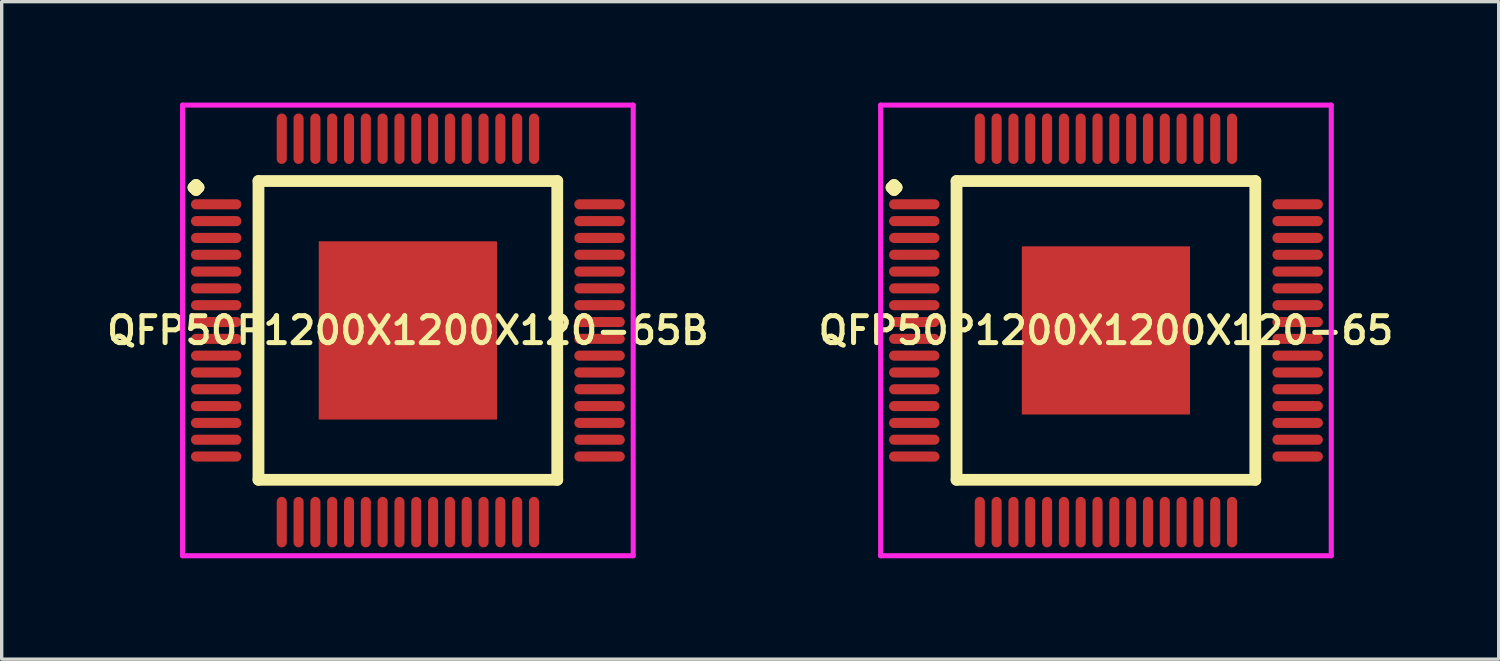
<source format=kicad_pcb>
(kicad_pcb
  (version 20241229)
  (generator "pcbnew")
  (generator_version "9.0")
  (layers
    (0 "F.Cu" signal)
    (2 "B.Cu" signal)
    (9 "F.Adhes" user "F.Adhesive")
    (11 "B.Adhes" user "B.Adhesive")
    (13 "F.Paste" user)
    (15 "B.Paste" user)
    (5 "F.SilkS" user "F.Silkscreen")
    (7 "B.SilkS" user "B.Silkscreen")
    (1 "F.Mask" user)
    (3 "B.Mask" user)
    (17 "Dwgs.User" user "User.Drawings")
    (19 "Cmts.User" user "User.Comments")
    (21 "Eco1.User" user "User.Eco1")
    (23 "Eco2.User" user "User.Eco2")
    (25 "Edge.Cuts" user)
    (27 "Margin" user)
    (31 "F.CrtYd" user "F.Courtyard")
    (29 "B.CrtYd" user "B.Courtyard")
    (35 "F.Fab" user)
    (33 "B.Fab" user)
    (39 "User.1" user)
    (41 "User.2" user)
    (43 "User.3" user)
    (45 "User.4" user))
  (footprint "QFP50P1200X1200X120-65"
    (layer "F.Cu")
    (at 29.835 6.775)
    (property "Reference" "QFP50P1200X1200X120-65" (at 0 0 0) (layer "F.SilkS") (effects (font (size 0.8 0.8) (thickness 0.15))))
    (attr smd)
    (fp_line (start -6.375 -4.25) (end -6.3 -4.325) (stroke (width 0.35) (type solid)) (layer "F.SilkS"))
    (fp_line (start -6.3 -4.325) (end -6.225 -4.25) (stroke (width 0.35) (type solid)) (layer "F.SilkS"))
    (fp_line (start -6.3 -4.175) (end -6.375 -4.25) (stroke (width 0.35) (type solid)) (layer "F.SilkS"))
    (fp_line (start -6.225 -4.25) (end -6.3 -4.175) (stroke (width 0.35) (type solid)) (layer "F.SilkS"))
    (fp_line (start -4.442 -4.442) (end -4.442 4.442) (stroke (width 0.35) (type solid)) (layer "F.SilkS"))
    (fp_line (start -4.442 4.442) (end 4.442 4.442) (stroke (width 0.35) (type solid)) (layer "F.SilkS"))
    (fp_line (start 4.442 -4.442) (end -4.442 -4.442) (stroke (width 0.35) (type solid)) (layer "F.SilkS"))
    (fp_line (start 4.442 4.442) (end 4.442 -4.442) (stroke (width 0.35) (type solid)) (layer "F.SilkS"))
    (fp_line (start -6.7 -6.7) (end 6.7 -6.7) (stroke (width 0.15) (type solid)) (layer "F.CrtYd"))
    (fp_line (start -6.7 6.7) (end -6.7 -6.7) (stroke (width 0.15) (type solid)) (layer "F.CrtYd"))
    (fp_line (start 6.7 -6.7) (end 6.7 6.7) (stroke (width 0.15) (type solid)) (layer "F.CrtYd"))
    (fp_line (start 6.7 6.7) (end -6.7 6.7) (stroke (width 0.15) (type solid)) (layer "F.CrtYd"))
    (pad "1" smd oval (at -5.7 -3.75) (size 1.5 0.3) (layers "F.Cu" "F.Mask" "F.Paste"))
    (pad "2" smd oval (at -5.7 -3.25) (size 1.5 0.3) (layers "F.Cu" "F.Mask" "F.Paste"))
    (pad "3" smd oval (at -5.7 -2.75) (size 1.5 0.3) (layers "F.Cu" "F.Mask" "F.Paste"))
    (pad "4" smd oval (at -5.7 -2.25) (size 1.5 0.3) (layers "F.Cu" "F.Mask" "F.Paste"))
    (pad "5" smd oval (at -5.7 -1.75) (size 1.5 0.3) (layers "F.Cu" "F.Mask" "F.Paste"))
    (pad "6" smd oval (at -5.7 -1.25) (size 1.5 0.3) (layers "F.Cu" "F.Mask" "F.Paste"))
    (pad "7" smd oval (at -5.7 -0.75) (size 1.5 0.3) (layers "F.Cu" "F.Mask" "F.Paste"))
    (pad "8" smd oval (at -5.7 -0.25) (size 1.5 0.3) (layers "F.Cu" "F.Mask" "F.Paste"))
    (pad "9" smd oval (at -5.7 0.25) (size 1.5 0.3) (layers "F.Cu" "F.Mask" "F.Paste"))
    (pad "10" smd oval (at -5.7 0.75) (size 1.5 0.3) (layers "F.Cu" "F.Mask" "F.Paste"))
    (pad "11" smd oval (at -5.7 1.25) (size 1.5 0.3) (layers "F.Cu" "F.Mask" "F.Paste"))
    (pad "12" smd oval (at -5.7 1.75) (size 1.5 0.3) (layers "F.Cu" "F.Mask" "F.Paste"))
    (pad "13" smd oval (at -5.7 2.25) (size 1.5 0.3) (layers "F.Cu" "F.Mask" "F.Paste"))
    (pad "14" smd oval (at -5.7 2.75) (size 1.5 0.3) (layers "F.Cu" "F.Mask" "F.Paste"))
    (pad "15" smd oval (at -5.7 3.25) (size 1.5 0.3) (layers "F.Cu" "F.Mask" "F.Paste"))
    (pad "16" smd oval (at -5.7 3.75) (size 1.5 0.3) (layers "F.Cu" "F.Mask" "F.Paste"))
    (pad "17" smd oval (at -3.75 5.7) (size 0.3 1.5) (layers "F.Cu" "F.Mask" "F.Paste"))
    (pad "18" smd oval (at -3.25 5.7) (size 0.3 1.5) (layers "F.Cu" "F.Mask" "F.Paste"))
    (pad "19" smd oval (at -2.75 5.7) (size 0.3 1.5) (layers "F.Cu" "F.Mask" "F.Paste"))
    (pad "20" smd oval (at -2.25 5.7) (size 0.3 1.5) (layers "F.Cu" "F.Mask" "F.Paste"))
    (pad "21" smd oval (at -1.75 5.7) (size 0.3 1.5) (layers "F.Cu" "F.Mask" "F.Paste"))
    (pad "22" smd oval (at -1.25 5.7) (size 0.3 1.5) (layers "F.Cu" "F.Mask" "F.Paste"))
    (pad "23" smd oval (at -0.75 5.7) (size 0.3 1.5) (layers "F.Cu" "F.Mask" "F.Paste"))
    (pad "24" smd oval (at -0.25 5.7) (size 0.3 1.5) (layers "F.Cu" "F.Mask" "F.Paste"))
    (pad "25" smd oval (at 0.25 5.7) (size 0.3 1.5) (layers "F.Cu" "F.Mask" "F.Paste"))
    (pad "26" smd oval (at 0.75 5.7) (size 0.3 1.5) (layers "F.Cu" "F.Mask" "F.Paste"))
    (pad "27" smd oval (at 1.25 5.7) (size 0.3 1.5) (layers "F.Cu" "F.Mask" "F.Paste"))
    (pad "28" smd oval (at 1.75 5.7) (size 0.3 1.5) (layers "F.Cu" "F.Mask" "F.Paste"))
    (pad "29" smd oval (at 2.25 5.7) (size 0.3 1.5) (layers "F.Cu" "F.Mask" "F.Paste"))
    (pad "30" smd oval (at 2.75 5.7) (size 0.3 1.5) (layers "F.Cu" "F.Mask" "F.Paste"))
    (pad "31" smd oval (at 3.25 5.7) (size 0.3 1.5) (layers "F.Cu" "F.Mask" "F.Paste"))
    (pad "32" smd oval (at 3.75 5.7) (size 0.3 1.5) (layers "F.Cu" "F.Mask" "F.Paste"))
    (pad "33" smd oval (at 5.7 3.75) (size 1.5 0.3) (layers "F.Cu" "F.Mask" "F.Paste"))
    (pad "34" smd oval (at 5.7 3.25) (size 1.5 0.3) (layers "F.Cu" "F.Mask" "F.Paste"))
    (pad "35" smd oval (at 5.7 2.75) (size 1.5 0.3) (layers "F.Cu" "F.Mask" "F.Paste"))
    (pad "36" smd oval (at 5.7 2.25) (size 1.5 0.3) (layers "F.Cu" "F.Mask" "F.Paste"))
    (pad "37" smd oval (at 5.7 1.75) (size 1.5 0.3) (layers "F.Cu" "F.Mask" "F.Paste"))
    (pad "38" smd oval (at 5.7 1.25) (size 1.5 0.3) (layers "F.Cu" "F.Mask" "F.Paste"))
    (pad "39" smd oval (at 5.7 0.75) (size 1.5 0.3) (layers "F.Cu" "F.Mask" "F.Paste"))
    (pad "40" smd oval (at 5.7 0.25) (size 1.5 0.3) (layers "F.Cu" "F.Mask" "F.Paste"))
    (pad "41" smd oval (at 5.7 -0.25) (size 1.5 0.3) (layers "F.Cu" "F.Mask" "F.Paste"))
    (pad "42" smd oval (at 5.7 -0.75) (size 1.5 0.3) (layers "F.Cu" "F.Mask" "F.Paste"))
    (pad "43" smd oval (at 5.7 -1.25) (size 1.5 0.3) (layers "F.Cu" "F.Mask" "F.Paste"))
    (pad "44" smd oval (at 5.7 -1.75) (size 1.5 0.3) (layers "F.Cu" "F.Mask" "F.Paste"))
    (pad "45" smd oval (at 5.7 -2.25) (size 1.5 0.3) (layers "F.Cu" "F.Mask" "F.Paste"))
    (pad "46" smd oval (at 5.7 -2.75) (size 1.5 0.3) (layers "F.Cu" "F.Mask" "F.Paste"))
    (pad "47" smd oval (at 5.7 -3.25) (size 1.5 0.3) (layers "F.Cu" "F.Mask" "F.Paste"))
    (pad "48" smd oval (at 5.7 -3.75) (size 1.5 0.3) (layers "F.Cu" "F.Mask" "F.Paste"))
    (pad "49" smd oval (at 3.75 -5.7) (size 0.3 1.5) (layers "F.Cu" "F.Mask" "F.Paste"))
    (pad "50" smd oval (at 3.25 -5.7) (size 0.3 1.5) (layers "F.Cu" "F.Mask" "F.Paste"))
    (pad "51" smd oval (at 2.75 -5.7) (size 0.3 1.5) (layers "F.Cu" "F.Mask" "F.Paste"))
    (pad "52" smd oval (at 2.25 -5.7) (size 0.3 1.5) (layers "F.Cu" "F.Mask" "F.Paste"))
    (pad "53" smd oval (at 1.75 -5.7) (size 0.3 1.5) (layers "F.Cu" "F.Mask" "F.Paste"))
    (pad "54" smd oval (at 1.25 -5.7) (size 0.3 1.5) (layers "F.Cu" "F.Mask" "F.Paste"))
    (pad "55" smd oval (at 0.75 -5.7) (size 0.3 1.5) (layers "F.Cu" "F.Mask" "F.Paste"))
    (pad "56" smd oval (at 0.25 -5.7) (size 0.3 1.5) (layers "F.Cu" "F.Mask" "F.Paste"))
    (pad "57" smd oval (at -0.25 -5.7) (size 0.3 1.5) (layers "F.Cu" "F.Mask" "F.Paste"))
    (pad "58" smd oval (at -0.75 -5.7) (size 0.3 1.5) (layers "F.Cu" "F.Mask" "F.Paste"))
    (pad "59" smd oval (at -1.25 -5.7) (size 0.3 1.5) (layers "F.Cu" "F.Mask" "F.Paste"))
    (pad "60" smd oval (at -1.75 -5.7) (size 0.3 1.5) (layers "F.Cu" "F.Mask" "F.Paste"))
    (pad "61" smd oval (at -2.25 -5.7) (size 0.3 1.5) (layers "F.Cu" "F.Mask" "F.Paste"))
    (pad "62" smd oval (at -2.75 -5.7) (size 0.3 1.5) (layers "F.Cu" "F.Mask" "F.Paste"))
    (pad "63" smd oval (at -3.25 -5.7) (size 0.3 1.5) (layers "F.Cu" "F.Mask" "F.Paste"))
    (pad "64" smd oval (at -3.75 -5.7) (size 0.3 1.5) (layers "F.Cu" "F.Mask" "F.Paste"))
    (pad "65" smd rect (at 0 0) (size 5 5) (layers "F.Cu" "F.Mask" "F.Paste")))
  (footprint "QFP50P1200X1200X120-65B"
    (layer "F.Cu")
    (at 9.078 6.775)
    (property "Reference" "QFP50P1200X1200X120-65B" (at 0 0 0) (layer "F.SilkS") (effects (font (size 0.8 0.8) (thickness 0.15))))
    (attr through_hole)
    (fp_line (start -6.375 -4.25) (end -6.3 -4.325) (stroke (width 0.35) (type solid)) (layer "F.SilkS"))
    (fp_line (start -6.3 -4.325) (end -6.225 -4.25) (stroke (width 0.35) (type solid)) (layer "F.SilkS"))
    (fp_line (start -6.3 -4.175) (end -6.375 -4.25) (stroke (width 0.35) (type solid)) (layer "F.SilkS"))
    (fp_line (start -6.225 -4.25) (end -6.3 -4.175) (stroke (width 0.35) (type solid)) (layer "F.SilkS"))
    (fp_line (start -4.442 -4.442) (end -4.442 4.442) (stroke (width 0.35) (type solid)) (layer "F.SilkS"))
    (fp_line (start -4.442 4.442) (end 4.442 4.442) (stroke (width 0.35) (type solid)) (layer "F.SilkS"))
    (fp_line (start 4.442 -4.442) (end -4.442 -4.442) (stroke (width 0.35) (type solid)) (layer "F.SilkS"))
    (fp_line (start 4.442 4.442) (end 4.442 -4.442) (stroke (width 0.35) (type solid)) (layer "F.SilkS"))
    (fp_line (start -6.7 -6.7) (end 6.7 -6.7) (stroke (width 0.15) (type solid)) (layer "F.CrtYd"))
    (fp_line (start -6.7 6.7) (end -6.7 -6.7) (stroke (width 0.15) (type solid)) (layer "F.CrtYd"))
    (fp_line (start 6.7 -6.7) (end 6.7 6.7) (stroke (width 0.15) (type solid)) (layer "F.CrtYd"))
    (fp_line (start 6.7 6.7) (end -6.7 6.7) (stroke (width 0.15) (type solid)) (layer "F.CrtYd"))
    (pad "1" smd oval (at -5.7 -3.75) (size 1.5 0.3) (layers "F.Cu" "F.Mask" "F.Paste"))
    (pad "2" smd oval (at -5.7 -3.25) (size 1.5 0.3) (layers "F.Cu" "F.Mask" "F.Paste"))
    (pad "3" smd oval (at -5.7 -2.75) (size 1.5 0.3) (layers "F.Cu" "F.Mask" "F.Paste"))
    (pad "4" smd oval (at -5.7 -2.25) (size 1.5 0.3) (layers "F.Cu" "F.Mask" "F.Paste"))
    (pad "5" smd oval (at -5.7 -1.75) (size 1.5 0.3) (layers "F.Cu" "F.Mask" "F.Paste"))
    (pad "6" smd oval (at -5.7 -1.25) (size 1.5 0.3) (layers "F.Cu" "F.Mask" "F.Paste"))
    (pad "7" smd oval (at -5.7 -0.75) (size 1.5 0.3) (layers "F.Cu" "F.Mask" "F.Paste"))
    (pad "8" smd oval (at -5.7 -0.25) (size 1.5 0.3) (layers "F.Cu" "F.Mask" "F.Paste"))
    (pad "9" smd oval (at -5.7 0.25) (size 1.5 0.3) (layers "F.Cu" "F.Mask" "F.Paste"))
    (pad "10" smd oval (at -5.7 0.75) (size 1.5 0.3) (layers "F.Cu" "F.Mask" "F.Paste"))
    (pad "11" smd oval (at -5.7 1.25) (size 1.5 0.3) (layers "F.Cu" "F.Mask" "F.Paste"))
    (pad "12" smd oval (at -5.7 1.75) (size 1.5 0.3) (layers "F.Cu" "F.Mask" "F.Paste"))
    (pad "13" smd oval (at -5.7 2.25) (size 1.5 0.3) (layers "F.Cu" "F.Mask" "F.Paste"))
    (pad "14" smd oval (at -5.7 2.75) (size 1.5 0.3) (layers "F.Cu" "F.Mask" "F.Paste"))
    (pad "15" smd oval (at -5.7 3.25) (size 1.5 0.3) (layers "F.Cu" "F.Mask" "F.Paste"))
    (pad "16" smd oval (at -5.7 3.75) (size 1.5 0.3) (layers "F.Cu" "F.Mask" "F.Paste"))
    (pad "17" smd oval (at -3.75 5.7) (size 0.3 1.5) (layers "F.Cu" "F.Mask" "F.Paste"))
    (pad "18" smd oval (at -3.25 5.7) (size 0.3 1.5) (layers "F.Cu" "F.Mask" "F.Paste"))
    (pad "19" smd oval (at -2.75 5.7) (size 0.3 1.5) (layers "F.Cu" "F.Mask" "F.Paste"))
    (pad "20" smd oval (at -2.25 5.7) (size 0.3 1.5) (layers "F.Cu" "F.Mask" "F.Paste"))
    (pad "21" smd oval (at -1.75 5.7) (size 0.3 1.5) (layers "F.Cu" "F.Mask" "F.Paste"))
    (pad "22" smd oval (at -1.25 5.7) (size 0.3 1.5) (layers "F.Cu" "F.Mask" "F.Paste"))
    (pad "23" smd oval (at -0.75 5.7) (size 0.3 1.5) (layers "F.Cu" "F.Mask" "F.Paste"))
    (pad "24" smd oval (at -0.25 5.7) (size 0.3 1.5) (layers "F.Cu" "F.Mask" "F.Paste"))
    (pad "25" smd oval (at 0.25 5.7) (size 0.3 1.5) (layers "F.Cu" "F.Mask" "F.Paste"))
    (pad "26" smd oval (at 0.75 5.7) (size 0.3 1.5) (layers "F.Cu" "F.Mask" "F.Paste"))
    (pad "27" smd oval (at 1.25 5.7) (size 0.3 1.5) (layers "F.Cu" "F.Mask" "F.Paste"))
    (pad "28" smd oval (at 1.75 5.7) (size 0.3 1.5) (layers "F.Cu" "F.Mask" "F.Paste"))
    (pad "29" smd oval (at 2.25 5.7) (size 0.3 1.5) (layers "F.Cu" "F.Mask" "F.Paste"))
    (pad "30" smd oval (at 2.75 5.7) (size 0.3 1.5) (layers "F.Cu" "F.Mask" "F.Paste"))
    (pad "31" smd oval (at 3.25 5.7) (size 0.3 1.5) (layers "F.Cu" "F.Mask" "F.Paste"))
    (pad "32" smd oval (at 3.75 5.7) (size 0.3 1.5) (layers "F.Cu" "F.Mask" "F.Paste"))
    (pad "33" smd oval (at 5.7 3.75) (size 1.5 0.3) (layers "F.Cu" "F.Mask" "F.Paste"))
    (pad "34" smd oval (at 5.7 3.25) (size 1.5 0.3) (layers "F.Cu" "F.Mask" "F.Paste"))
    (pad "35" smd oval (at 5.7 2.75) (size 1.5 0.3) (layers "F.Cu" "F.Mask" "F.Paste"))
    (pad "36" smd oval (at 5.7 2.25) (size 1.5 0.3) (layers "F.Cu" "F.Mask" "F.Paste"))
    (pad "37" smd oval (at 5.7 1.75) (size 1.5 0.3) (layers "F.Cu" "F.Mask" "F.Paste"))
    (pad "38" smd oval (at 5.7 1.25) (size 1.5 0.3) (layers "F.Cu" "F.Mask" "F.Paste"))
    (pad "39" smd oval (at 5.7 0.75) (size 1.5 0.3) (layers "F.Cu" "F.Mask" "F.Paste"))
    (pad "40" smd oval (at 5.7 0.25) (size 1.5 0.3) (layers "F.Cu" "F.Mask" "F.Paste"))
    (pad "41" smd oval (at 5.7 -0.25) (size 1.5 0.3) (layers "F.Cu" "F.Mask" "F.Paste"))
    (pad "42" smd oval (at 5.7 -0.75) (size 1.5 0.3) (layers "F.Cu" "F.Mask" "F.Paste"))
    (pad "43" smd oval (at 5.7 -1.25) (size 1.5 0.3) (layers "F.Cu" "F.Mask" "F.Paste"))
    (pad "44" smd oval (at 5.7 -1.75) (size 1.5 0.3) (layers "F.Cu" "F.Mask" "F.Paste"))
    (pad "45" smd oval (at 5.7 -2.25) (size 1.5 0.3) (layers "F.Cu" "F.Mask" "F.Paste"))
    (pad "46" smd oval (at 5.7 -2.75) (size 1.5 0.3) (layers "F.Cu" "F.Mask" "F.Paste"))
    (pad "47" smd oval (at 5.7 -3.25) (size 1.5 0.3) (layers "F.Cu" "F.Mask" "F.Paste"))
    (pad "48" smd oval (at 5.7 -3.75) (size 1.5 0.3) (layers "F.Cu" "F.Mask" "F.Paste"))
    (pad "49" smd oval (at 3.75 -5.7) (size 0.3 1.5) (layers "F.Cu" "F.Mask" "F.Paste"))
    (pad "50" smd oval (at 3.25 -5.7) (size 0.3 1.5) (layers "F.Cu" "F.Mask" "F.Paste"))
    (pad "51" smd oval (at 2.75 -5.7) (size 0.3 1.5) (layers "F.Cu" "F.Mask" "F.Paste"))
    (pad "52" smd oval (at 2.25 -5.7) (size 0.3 1.5) (layers "F.Cu" "F.Mask" "F.Paste"))
    (pad "53" smd oval (at 1.75 -5.7) (size 0.3 1.5) (layers "F.Cu" "F.Mask" "F.Paste"))
    (pad "54" smd oval (at 1.25 -5.7) (size 0.3 1.5) (layers "F.Cu" "F.Mask" "F.Paste"))
    (pad "55" smd oval (at 0.75 -5.7) (size 0.3 1.5) (layers "F.Cu" "F.Mask" "F.Paste"))
    (pad "56" smd oval (at 0.25 -5.7) (size 0.3 1.5) (layers "F.Cu" "F.Mask" "F.Paste"))
    (pad "57" smd oval (at -0.25 -5.7) (size 0.3 1.5) (layers "F.Cu" "F.Mask" "F.Paste"))
    (pad "58" smd oval (at -0.75 -5.7) (size 0.3 1.5) (layers "F.Cu" "F.Mask" "F.Paste"))
    (pad "59" smd oval (at -1.25 -5.7) (size 0.3 1.5) (layers "F.Cu" "F.Mask" "F.Paste"))
    (pad "60" smd oval (at -1.75 -5.7) (size 0.3 1.5) (layers "F.Cu" "F.Mask" "F.Paste"))
    (pad "61" smd oval (at -2.25 -5.7) (size 0.3 1.5) (layers "F.Cu" "F.Mask" "F.Paste"))
    (pad "62" smd oval (at -2.75 -5.7) (size 0.3 1.5) (layers "F.Cu" "F.Mask" "F.Paste"))
    (pad "63" smd oval (at -3.25 -5.7) (size 0.3 1.5) (layers "F.Cu" "F.Mask" "F.Paste"))
    (pad "64" smd oval (at -3.75 -5.7) (size 0.3 1.5) (layers "F.Cu" "F.Mask" "F.Paste"))
    (pad "65" smd rect (at 0 0) (size 5.3 5.3) (layers "F.Cu" "F.Mask" "F.Paste")))
  (gr_rect
    (start -3 -3)
    (end 41.513 16.55)
    (stroke (width 0.1) (type default))
    (fill no)
    (layer "Edge.Cuts")))
</source>
